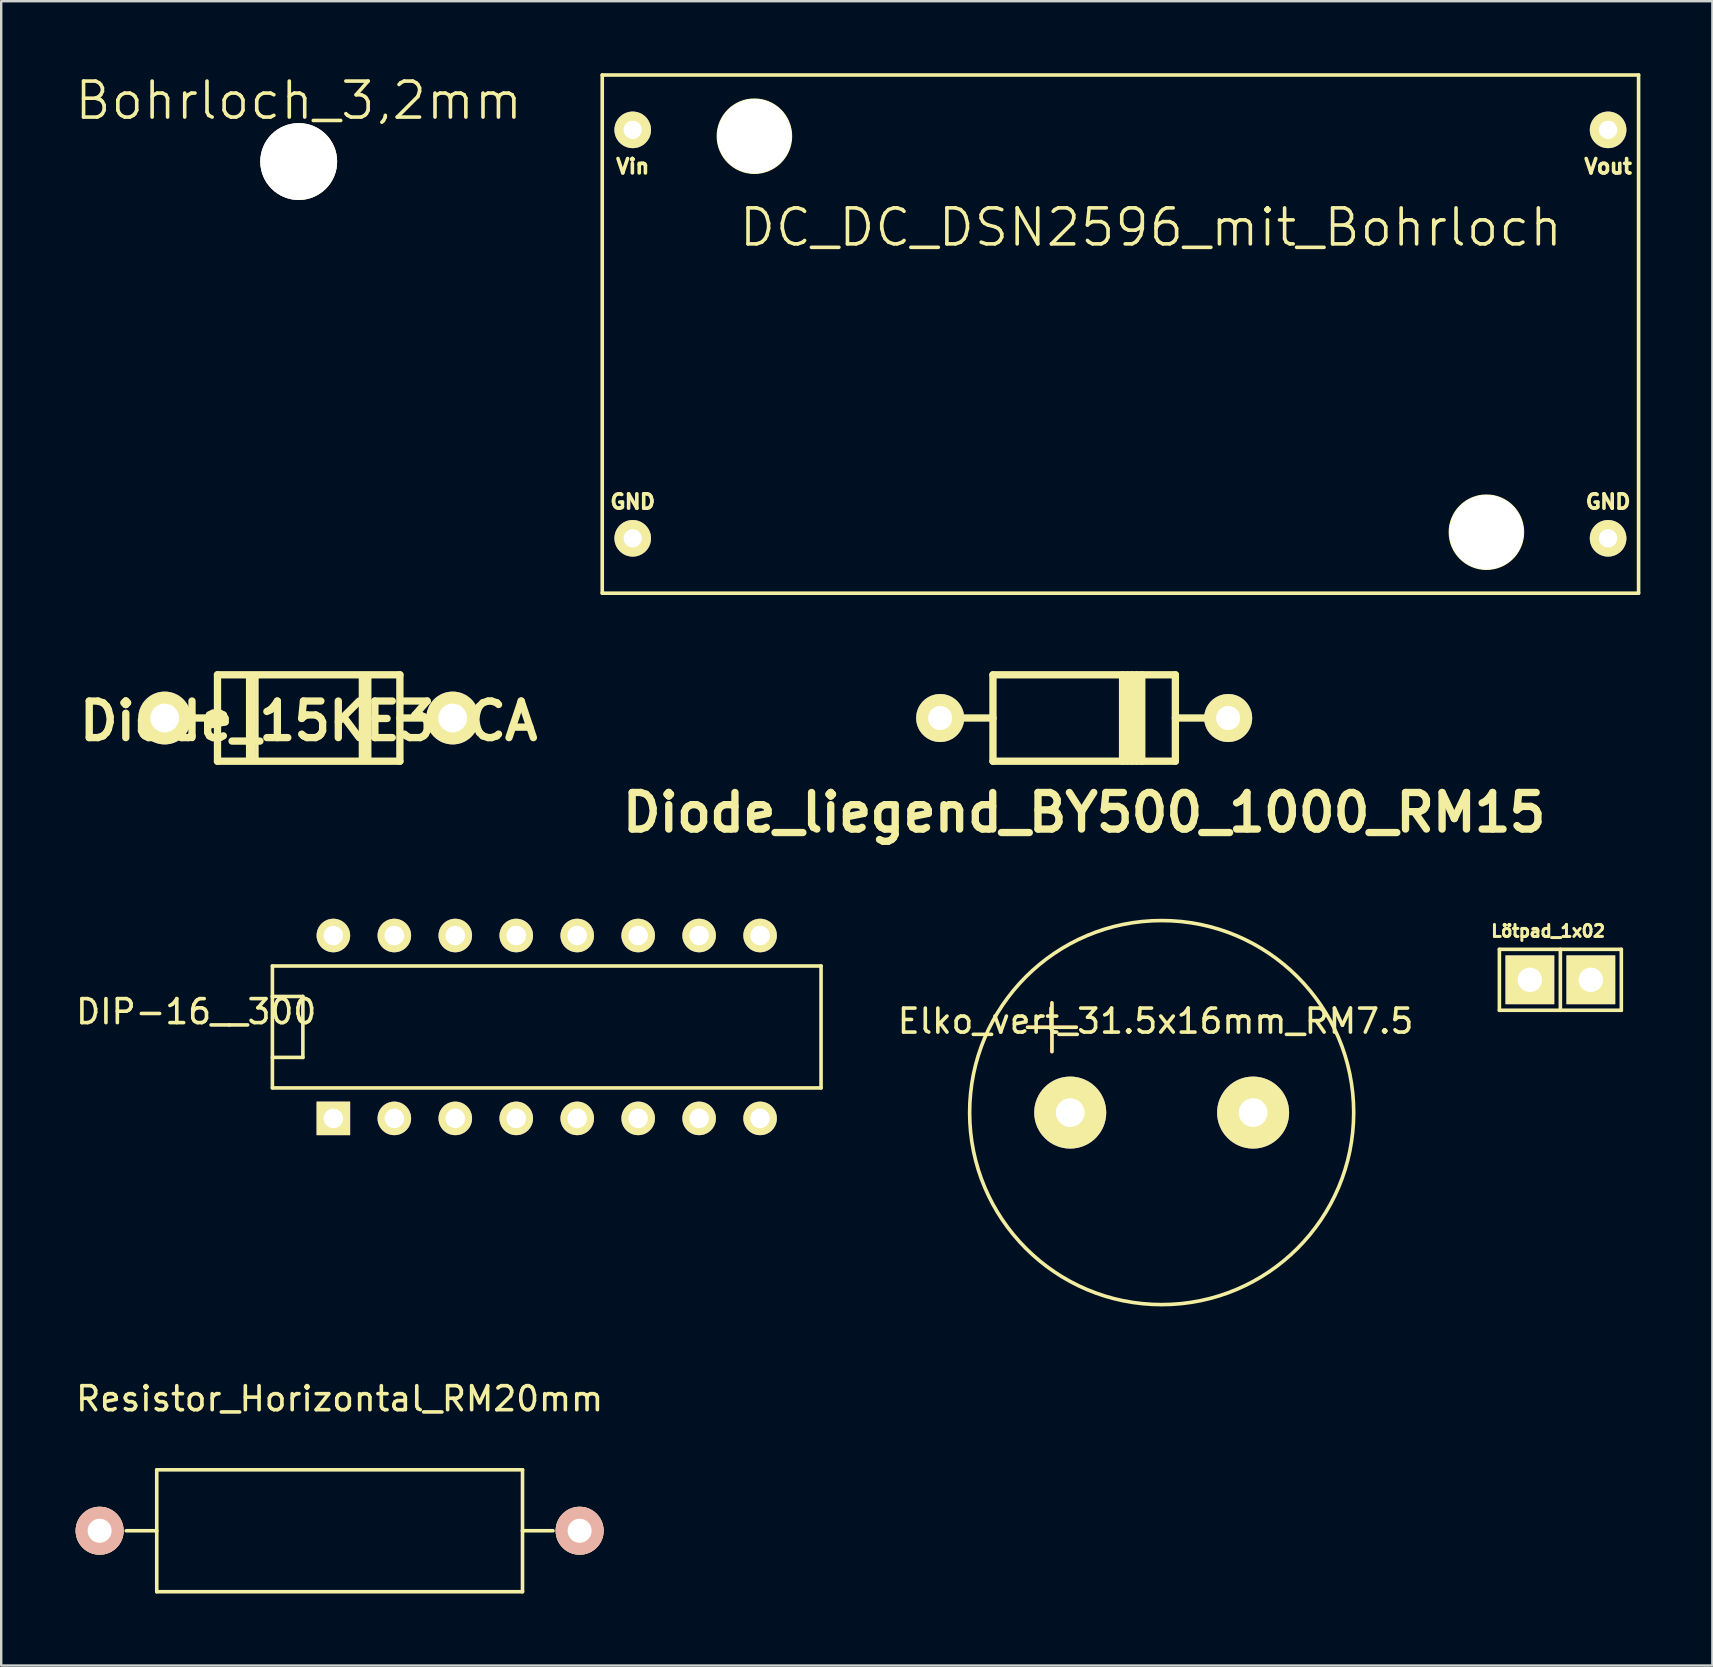
<source format=kicad_pcb>
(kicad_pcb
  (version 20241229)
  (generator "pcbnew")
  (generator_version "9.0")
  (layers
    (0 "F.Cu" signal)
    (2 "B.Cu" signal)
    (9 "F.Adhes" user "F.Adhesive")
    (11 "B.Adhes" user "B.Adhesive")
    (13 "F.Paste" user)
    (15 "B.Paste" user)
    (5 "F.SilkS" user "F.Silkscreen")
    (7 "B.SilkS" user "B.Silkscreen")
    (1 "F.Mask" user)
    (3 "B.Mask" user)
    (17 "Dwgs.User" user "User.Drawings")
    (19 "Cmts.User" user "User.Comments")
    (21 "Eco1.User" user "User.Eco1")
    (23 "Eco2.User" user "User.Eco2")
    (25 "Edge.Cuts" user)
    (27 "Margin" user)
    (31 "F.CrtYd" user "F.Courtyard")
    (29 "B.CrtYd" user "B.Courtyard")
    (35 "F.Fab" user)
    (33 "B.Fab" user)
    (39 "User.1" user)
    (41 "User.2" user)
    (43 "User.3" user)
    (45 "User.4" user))
  (footprint "Diode_15KE33CA"
    (layer "F.Cu")
    (at 9.812 26.867)
    (property "Reference" "Diode_15KE33CA" (at 0 0.127 0) (layer "F.SilkS") (effects (font (size 1.524 1.524) (thickness 0.305))))
    (attr through_hole)
    (fp_line (start -6 0) (end -3.8 0) (stroke (width 0.305) (type solid)) (layer "F.SilkS"))
    (fp_line (start -3.8 -1.8) (end 3.8 -1.8) (stroke (width 0.305) (type solid)) (layer "F.SilkS"))
    (fp_line (start -3.8 1.8) (end -3.8 -1.8) (stroke (width 0.305) (type solid)) (layer "F.SilkS"))
    (fp_line (start -2.54 -1.778) (end -2.54 1.778) (stroke (width 0.15) (type solid)) (layer "F.SilkS"))
    (fp_line (start -2.54 1.778) (end -2.286 1.778) (stroke (width 0.15) (type solid)) (layer "F.SilkS"))
    (fp_line (start -2.413 -1.778) (end -2.413 1.778) (stroke (width 0.15) (type solid)) (layer "F.SilkS"))
    (fp_line (start -2.413 1.778) (end -2.286 0.635) (stroke (width 0.15) (type solid)) (layer "F.SilkS"))
    (fp_line (start -2.286 -1.778) (end -2.286 1.778) (stroke (width 0.15) (type solid)) (layer "F.SilkS"))
    (fp_line (start -2.159 -1.778) (end -2.159 1.778) (stroke (width 0.15) (type solid)) (layer "F.SilkS"))
    (fp_line (start 2.159 -1.778) (end 2.159 1.778) (stroke (width 0.15) (type solid)) (layer "F.SilkS"))
    (fp_line (start 2.286 -1.778) (end 2.159 -1.778) (stroke (width 0.15) (type solid)) (layer "F.SilkS"))
    (fp_line (start 2.286 1.778) (end 2.286 -1.778) (stroke (width 0.15) (type solid)) (layer "F.SilkS"))
    (fp_line (start 2.413 -1.778) (end 2.413 1.778) (stroke (width 0.15) (type solid)) (layer "F.SilkS"))
    (fp_line (start 2.413 1.778) (end 2.286 1.778) (stroke (width 0.15) (type solid)) (layer "F.SilkS"))
    (fp_line (start 2.54 -1.778) (end 2.54 1.778) (stroke (width 0.15) (type solid)) (layer "F.SilkS"))
    (fp_line (start 3.8 -1.8) (end 3.8 1.8) (stroke (width 0.305) (type solid)) (layer "F.SilkS"))
    (fp_line (start 3.8 1.8) (end -3.8 1.8) (stroke (width 0.305) (type solid)) (layer "F.SilkS"))
    (fp_line (start 6 0) (end 3.8 0) (stroke (width 0.305) (type solid)) (layer "F.SilkS"))
    (pad "1" thru_hole circle (at -6 0) (size 2.2 2.2) (drill 1.2) (layers "*.Cu" "*.Mask" "F.SilkS"))
    (pad "2" thru_hole circle (at 6 0) (size 2.2 2.2) (drill 1.2) (layers "*.Cu" "*.Mask" "F.SilkS")))
  (footprint "Diode_liegend_BY500_1000_RM15"
    (layer "F.Cu")
    (at 42.123 26.867)
    (property "Reference" "Diode_liegend_BY500_1000_RM15" (at 0 3.937 0) (layer "F.SilkS") (effects (font (size 1.524 1.524) (thickness 0.305))))
    (attr through_hole)
    (fp_line (start -6 0) (end -3.8 0) (stroke (width 0.305) (type solid)) (layer "F.SilkS"))
    (fp_line (start -3.8 -1.8) (end 3.8 -1.8) (stroke (width 0.305) (type solid)) (layer "F.SilkS"))
    (fp_line (start -3.8 1.8) (end -3.8 -1.8) (stroke (width 0.305) (type solid)) (layer "F.SilkS"))
    (fp_line (start 1.6 -1.8) (end 1.6 1.8) (stroke (width 0.305) (type solid)) (layer "F.SilkS"))
    (fp_line (start 1.8 1.8) (end 1.8 -1.8) (stroke (width 0.305) (type solid)) (layer "F.SilkS"))
    (fp_line (start 2 1.8) (end 2 -1.8) (stroke (width 0.305) (type solid)) (layer "F.SilkS"))
    (fp_line (start 2.2 -1.8) (end 2.2 1.8) (stroke (width 0.305) (type solid)) (layer "F.SilkS"))
    (fp_line (start 2.4 1.8) (end 2.4 -1.8) (stroke (width 0.305) (type solid)) (layer "F.SilkS"))
    (fp_line (start 3.8 -1.8) (end 3.8 1.8) (stroke (width 0.305) (type solid)) (layer "F.SilkS"))
    (fp_line (start 3.8 1.8) (end -3.8 1.8) (stroke (width 0.305) (type solid)) (layer "F.SilkS"))
    (fp_line (start 6 0) (end 3.8 0) (stroke (width 0.305) (type solid)) (layer "F.SilkS"))
    (pad "1" thru_hole circle (at -6 0) (size 2 2) (drill 1) (layers "*.Cu" "*.Mask" "F.SilkS"))
    (pad "2" thru_hole circle (at 6 0) (size 2 2) (drill 1) (layers "*.Cu" "*.Mask" "F.SilkS")))
  (footprint "Bohrloch_3,2mm"
    (layer "F.Cu")
    (at 9.396 3.681)
    (property "Reference" "Bohrloch_3,2mm" (at 0 -2.54 0) (layer "F.SilkS") (effects (font (size 1.5 1.5) (thickness 0.15))))
    (attr through_hole)
    (pad "1" thru_hole circle (at 0 0) (size 3.2 3.2) (drill 3.2) (layers "*.Cu" "*.Mask" "F.SilkS")))
  (footprint "Lötpad_1x02"
    (layer "F.Cu")
    (at 61.964 37.775)
    (property "Reference" "Lötpad_1x02" (at -0.508 -2.032 0) (layer "F.SilkS") (effects (font (size 0.5 0.5) (thickness 0.125))))
    (attr through_hole)
    (fp_line (start -2.54 -1.27) (end -2.54 1.27) (stroke (width 0.15) (type solid)) (layer "F.SilkS"))
    (fp_line (start -2.54 1.27) (end 0 1.27) (stroke (width 0.15) (type solid)) (layer "F.SilkS"))
    (fp_line (start 0 -1.27) (end 0 1.27) (stroke (width 0.15) (type solid)) (layer "F.SilkS"))
    (fp_line (start 0 1.27) (end 2.54 1.27) (stroke (width 0.15) (type solid)) (layer "F.SilkS"))
    (fp_line (start 2.54 -1.27) (end -2.54 -1.27) (stroke (width 0.15) (type solid)) (layer "F.SilkS"))
    (fp_line (start 2.54 1.27) (end 2.54 -1.27) (stroke (width 0.15) (type solid)) (layer "F.SilkS"))
    (pad "1" thru_hole rect (at -1.27 0) (size 2.032 2.032) (drill 1.016) (layers "*.Cu" "*.Mask" "F.SilkS"))
    (pad "2" thru_hole rect (at 1.27 0) (size 2.032 2.032) (drill 1.016) (layers "*.Cu" "*.Mask" "F.SilkS")))
  (footprint "Resistor_Horizontal_RM20mm"
    (layer "F.Cu")
    (at 11.101 60.73)
    (property "Reference" "Resistor_Horizontal_RM20mm" (at 0 -5.499 0) (layer "F.SilkS") (effects (font (size 1 1) (thickness 0.15))))
    (attr through_hole)
    (fp_line (start -8.89 0) (end -7.62 0) (stroke (width 0.15) (type solid)) (layer "F.SilkS"))
    (fp_line (start -7.62 -2.54) (end -7.62 2.54) (stroke (width 0.15) (type solid)) (layer "F.SilkS"))
    (fp_line (start -7.62 2.54) (end 7.62 2.54) (stroke (width 0.15) (type solid)) (layer "F.SilkS"))
    (fp_line (start 7.62 -2.54) (end -7.62 -2.54) (stroke (width 0.15) (type solid)) (layer "F.SilkS"))
    (fp_line (start 7.62 0) (end 7.62 -2.54) (stroke (width 0.15) (type solid)) (layer "F.SilkS"))
    (fp_line (start 7.62 2.54) (end 7.62 0) (stroke (width 0.15) (type solid)) (layer "F.SilkS"))
    (fp_line (start 8.89 0) (end 7.62 0) (stroke (width 0.15) (type solid)) (layer "F.SilkS"))
    (pad "1" thru_hole circle (at -10 0) (size 1.999 1.999) (drill 1.001) (layers "*.Cu" "*.SilkS" "*.Mask"))
    (pad "2" thru_hole circle (at 10 0) (size 1.999 1.999) (drill 1.001) (layers "*.Cu" "*.SilkS" "*.Mask")))
  (footprint "DIP-16__300"
    (layer "F.Cu")
    (at 19.73 39.739)
    (property "Reference" "DIP-16__300" (at -14.605 -0.635 0) (layer "F.SilkS") (effects (font (size 1 1) (thickness 0.15))))
    (attr through_hole)
    (fp_line (start -11.43 -2.54) (end 11.43 -2.54) (stroke (width 0.15) (type solid)) (layer "F.SilkS"))
    (fp_line (start -11.43 -1.27) (end -11.43 -1.27) (stroke (width 0.15) (type solid)) (layer "F.SilkS"))
    (fp_line (start -11.43 -1.27) (end -10.16 -1.27) (stroke (width 0.15) (type solid)) (layer "F.SilkS"))
    (fp_line (start -11.43 2.54) (end -11.43 -2.54) (stroke (width 0.15) (type solid)) (layer "F.SilkS"))
    (fp_line (start -10.16 -1.27) (end -10.16 1.27) (stroke (width 0.15) (type solid)) (layer "F.SilkS"))
    (fp_line (start -10.16 1.27) (end -11.43 1.27) (stroke (width 0.15) (type solid)) (layer "F.SilkS"))
    (fp_line (start 11.43 -2.54) (end 11.43 2.54) (stroke (width 0.15) (type solid)) (layer "F.SilkS"))
    (fp_line (start 11.43 2.54) (end -11.43 2.54) (stroke (width 0.15) (type solid)) (layer "F.SilkS"))
    (pad "1" thru_hole rect (at -8.89 3.81) (size 1.397 1.397) (drill 0.813) (layers "*.Cu" "*.Mask" "F.SilkS"))
    (pad "2" thru_hole circle (at -6.35 3.81) (size 1.397 1.397) (drill 0.813) (layers "*.Cu" "*.Mask" "F.SilkS"))
    (pad "3" thru_hole circle (at -3.81 3.81) (size 1.397 1.397) (drill 0.813) (layers "*.Cu" "*.Mask" "F.SilkS"))
    (pad "4" thru_hole circle (at -1.27 3.81) (size 1.397 1.397) (drill 0.813) (layers "*.Cu" "*.Mask" "F.SilkS"))
    (pad "5" thru_hole circle (at 1.27 3.81) (size 1.397 1.397) (drill 0.813) (layers "*.Cu" "*.Mask" "F.SilkS"))
    (pad "6" thru_hole circle (at 3.81 3.81) (size 1.397 1.397) (drill 0.813) (layers "*.Cu" "*.Mask" "F.SilkS"))
    (pad "7" thru_hole circle (at 6.35 3.81) (size 1.397 1.397) (drill 0.813) (layers "*.Cu" "*.Mask" "F.SilkS"))
    (pad "8" thru_hole circle (at 8.89 3.81) (size 1.397 1.397) (drill 0.813) (layers "*.Cu" "*.Mask" "F.SilkS"))
    (pad "9" thru_hole circle (at 8.89 -3.81) (size 1.397 1.397) (drill 0.813) (layers "*.Cu" "*.Mask" "F.SilkS"))
    (pad "10" thru_hole circle (at 6.35 -3.81) (size 1.397 1.397) (drill 0.813) (layers "*.Cu" "*.Mask" "F.SilkS"))
    (pad "11" thru_hole circle (at 3.81 -3.81) (size 1.397 1.397) (drill 0.813) (layers "*.Cu" "*.Mask" "F.SilkS"))
    (pad "12" thru_hole circle (at 1.27 -3.81) (size 1.397 1.397) (drill 0.813) (layers "*.Cu" "*.Mask" "F.SilkS"))
    (pad "13" thru_hole circle (at -1.27 -3.81) (size 1.397 1.397) (drill 0.813) (layers "*.Cu" "*.Mask" "F.SilkS"))
    (pad "14" thru_hole circle (at -3.81 -3.81) (size 1.397 1.397) (drill 0.813) (layers "*.Cu" "*.Mask" "F.SilkS"))
    (pad "15" thru_hole circle (at -6.35 -3.81) (size 1.397 1.397) (drill 0.813) (layers "*.Cu" "*.Mask" "F.SilkS"))
    (pad "16" thru_hole circle (at -8.89 -3.81) (size 1.397 1.397) (drill 0.813) (layers "*.Cu" "*.Mask" "F.SilkS")))
  (footprint "DC_DC_DSN2596_mit_Bohrloch"
    (layer "F.Cu")
    (at 22.043 21.665)
    (property "Reference" "DC_DC_DSN2596_mit_Bohrloch" (at 22.86 -15.24 0) (layer "F.SilkS") (effects (font (size 1.5 1.5) (thickness 0.15))))
    (attr through_hole)
    (fp_line (start 0 -21.59) (end 43.18 -21.59) (stroke (width 0.15) (type solid)) (layer "F.SilkS"))
    (fp_line (start 0 0) (end 0 -21.59) (stroke (width 0.15) (type solid)) (layer "F.SilkS"))
    (fp_line (start 43.18 -21.59) (end 43.18 0) (stroke (width 0.15) (type solid)) (layer "F.SilkS"))
    (fp_line (start 43.18 0) (end 0 0) (stroke (width 0.15) (type solid)) (layer "F.SilkS"))
    (fp_circle (center 6.34 -19.04) (end 4.84 -19.04) (stroke (width 0.15) (type solid)) (fill no) (layer "F.SilkS"))
    (fp_circle (center 36.84 -2.54) (end 35.34 -2.54) (stroke (width 0.15) (type solid)) (fill no) (layer "F.SilkS"))
    (fp_text user "Vout" (at 41.91 -17.78 0) (layer "F.SilkS") (effects (font (size 0.6 0.6) (thickness 0.15))))
    (fp_text user "GND" (at 1.27 -3.81 0) (layer "F.SilkS") (effects (font (size 0.6 0.6) (thickness 0.15))))
    (fp_text user "Vin" (at 1.27 -17.78 0) (layer "F.SilkS") (effects (font (size 0.6 0.6) (thickness 0.15))))
    (fp_text user "GND" (at 41.91 -3.81 0) (layer "F.SilkS") (effects (font (size 0.6 0.6) (thickness 0.15))))
    (pad "1" thru_hole circle (at 41.91 -2.286) (size 1.524 1.524) (drill 0.762) (layers "*.Cu" "*.Mask" "F.SilkS"))
    (pad "2" thru_hole circle (at 41.91 -19.304) (size 1.524 1.524) (drill 0.762) (layers "*.Cu" "*.Mask" "F.SilkS"))
    (pad "3" thru_hole circle (at 1.27 -19.304) (size 1.524 1.524) (drill 0.762) (layers "*.Cu" "*.Mask" "F.SilkS"))
    (pad "4" thru_hole circle (at 1.27 -2.286) (size 1.524 1.524) (drill 0.762) (layers "*.Cu" "*.Mask" "F.SilkS"))
    (pad "~" thru_hole circle (at 6.34 -19.04) (size 3.1 3.1) (drill 3.1) (layers "*.Cu" "*.Mask" "F.SilkS"))
    (pad "~" thru_hole circle (at 36.84 -2.54) (size 3.1 3.1) (drill 3.1) (layers "*.Cu" "*.Mask" "F.SilkS")))
  (footprint "Elko_vert_31.5x16mm_RM7.5"
    (layer "F.Cu")
    (at 41.542 43.307)
    (property "Reference" "Elko_vert_31.5x16mm_RM7.5" (at 3.556 -3.81 0) (layer "F.SilkS") (effects (font (size 1 1) (thickness 0.15))))
    (attr through_hole)
    (fp_line (start -1.778 -3.556) (end 0.254 -3.556) (stroke (width 0.15) (type solid)) (layer "F.Cu"))
    (fp_line (start -0.762 -4.572) (end -0.762 -4.064) (stroke (width 0.15) (type solid)) (layer "F.Cu"))
    (fp_line (start -0.762 -4.064) (end -0.762 -3.556) (stroke (width 0.15) (type solid)) (layer "F.Cu"))
    (fp_line (start -0.762 -3.556) (end -0.762 -3.048) (stroke (width 0.15) (type solid)) (layer "F.Cu"))
    (fp_line (start -0.762 -3.048) (end -0.762 -2.54) (stroke (width 0.15) (type solid)) (layer "F.Cu"))
    (fp_line (start -1.778 -3.556) (end 0.254 -3.556) (stroke (width 0.15) (type solid)) (layer "F.SilkS"))
    (fp_line (start -0.762 -4.572) (end -0.762 -2.54) (stroke (width 0.15) (type solid)) (layer "F.SilkS"))
    (fp_circle (center 3.81 0) (end 11.811 0) (stroke (width 0.15) (type solid)) (fill no) (layer "F.SilkS"))
    (pad "1" thru_hole circle (at 0 0) (size 3 3) (drill 1.199) (layers "*.Cu" "*.Mask" "F.SilkS"))
    (pad "2" thru_hole circle (at 7.62 0) (size 3 3) (drill 1.199) (layers "*.Cu" "*.Mask" "F.SilkS")))
  (gr_rect
    (start -3 -3)
    (end 68.298 66.345)
    (stroke (width 0.1) (type default))
    (fill no)
    (layer "Edge.Cuts")))
</source>
